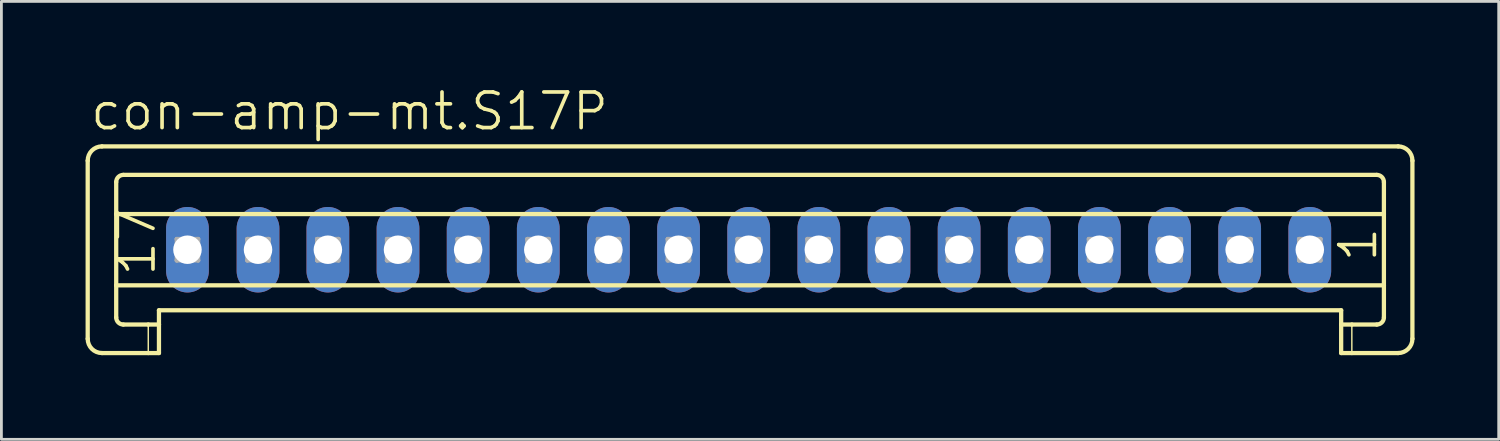
<source format=kicad_pcb>
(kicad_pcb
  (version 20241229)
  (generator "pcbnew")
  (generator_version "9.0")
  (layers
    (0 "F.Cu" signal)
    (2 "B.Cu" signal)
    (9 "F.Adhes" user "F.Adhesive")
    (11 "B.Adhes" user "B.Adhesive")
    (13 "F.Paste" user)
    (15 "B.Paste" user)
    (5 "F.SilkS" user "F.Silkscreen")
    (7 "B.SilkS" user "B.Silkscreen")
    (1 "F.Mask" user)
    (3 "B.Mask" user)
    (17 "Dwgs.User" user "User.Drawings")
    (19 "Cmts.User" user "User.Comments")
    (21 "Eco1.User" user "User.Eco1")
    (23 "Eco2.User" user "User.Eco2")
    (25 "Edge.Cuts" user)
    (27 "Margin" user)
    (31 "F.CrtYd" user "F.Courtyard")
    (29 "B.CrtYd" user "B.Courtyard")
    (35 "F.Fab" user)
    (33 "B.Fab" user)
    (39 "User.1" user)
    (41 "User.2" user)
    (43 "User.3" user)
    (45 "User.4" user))
  (footprint "con-amp-mt.S17P"
    (layer "F.Cu")
    (at 23.637 5.851)
    (property "Reference" "con-amp-mt.S17P" (at -23.536 -4.191 0) (layer "F.SilkS") (effects (font (size 1.27 1.27) (thickness 0.13)) (justify left bottom)))
    (attr through_hole)
    (fp_line (start -23.561 -3.175) (end -23.561 3.175) (stroke (width 0.152) (type default)) (layer "F.SilkS"))
    (fp_line (start -23.053 -3.683) (end 23.15 -3.683) (stroke (width 0.152) (type default)) (layer "F.SilkS"))
    (fp_line (start -22.545 -1.27) (end -22.545 -2.413) (stroke (width 0.152) (type default)) (layer "F.SilkS"))
    (fp_line (start -22.545 -1.27) (end 22.642 -1.27) (stroke (width 0.152) (type default)) (layer "F.SilkS"))
    (fp_line (start -22.545 1.27) (end -22.545 -1.27) (stroke (width 0.152) (type default)) (layer "F.SilkS"))
    (fp_line (start -22.545 1.27) (end 22.642 1.27) (stroke (width 0.152) (type default)) (layer "F.SilkS"))
    (fp_line (start -22.545 2.413) (end -22.545 1.27) (stroke (width 0.152) (type default)) (layer "F.SilkS"))
    (fp_line (start -22.291 -2.667) (end 22.388 -2.667) (stroke (width 0.152) (type default)) (layer "F.SilkS"))
    (fp_line (start -22.291 2.667) (end -21.402 2.667) (stroke (width 0.152) (type default)) (layer "F.SilkS"))
    (fp_line (start -21.402 2.667) (end -21.402 3.683) (stroke (width 0.051) (type default)) (layer "F.SilkS"))
    (fp_line (start -21.402 2.667) (end -21.021 2.667) (stroke (width 0.152) (type default)) (layer "F.SilkS"))
    (fp_line (start -21.402 3.683) (end -23.053 3.683) (stroke (width 0.152) (type default)) (layer "F.SilkS"))
    (fp_line (start -21.021 2.159) (end 21.118 2.159) (stroke (width 0.152) (type default)) (layer "F.SilkS"))
    (fp_line (start -21.021 2.667) (end -21.021 2.159) (stroke (width 0.152) (type default)) (layer "F.SilkS"))
    (fp_line (start -21.021 2.667) (end -21.021 3.683) (stroke (width 0.152) (type default)) (layer "F.SilkS"))
    (fp_line (start -21.021 3.683) (end -21.402 3.683) (stroke (width 0.152) (type default)) (layer "F.SilkS"))
    (fp_line (start 21.118 2.667) (end 21.118 2.159) (stroke (width 0.152) (type default)) (layer "F.SilkS"))
    (fp_line (start 21.118 2.667) (end 21.499 2.667) (stroke (width 0.152) (type default)) (layer "F.SilkS"))
    (fp_line (start 21.118 3.683) (end 21.118 2.667) (stroke (width 0.152) (type default)) (layer "F.SilkS"))
    (fp_line (start 21.499 2.667) (end 21.499 3.683) (stroke (width 0.051) (type default)) (layer "F.SilkS"))
    (fp_line (start 21.499 2.667) (end 22.388 2.667) (stroke (width 0.152) (type default)) (layer "F.SilkS"))
    (fp_line (start 21.499 3.683) (end 21.118 3.683) (stroke (width 0.152) (type default)) (layer "F.SilkS"))
    (fp_line (start 22.642 -1.27) (end 22.642 -2.413) (stroke (width 0.152) (type default)) (layer "F.SilkS"))
    (fp_line (start 22.642 1.27) (end 22.642 -1.27) (stroke (width 0.152) (type default)) (layer "F.SilkS"))
    (fp_line (start 22.642 2.413) (end 22.642 1.27) (stroke (width 0.152) (type default)) (layer "F.SilkS"))
    (fp_line (start 23.15 3.683) (end 21.499 3.683) (stroke (width 0.152) (type default)) (layer "F.SilkS"))
    (fp_line (start 23.658 -3.175) (end 23.658 3.175) (stroke (width 0.152) (type default)) (layer "F.SilkS"))
    (fp_arc (start -23.561 -3.175) (mid -23.41221 -3.53421) (end -23.053 -3.683) (stroke (width 0.1524) (type default)) (layer "F.SilkS"))
    (fp_arc (start -23.053 3.683) (mid -23.41221 3.53421) (end -23.561 3.175) (stroke (width 0.1524) (type default)) (layer "F.SilkS"))
    (fp_arc (start -22.545 -2.413) (mid -22.470605 -2.592605) (end -22.291 -2.667) (stroke (width 0.1524) (type default)) (layer "F.SilkS"))
    (fp_arc (start -22.291 2.667) (mid -22.470605 2.592605) (end -22.545 2.413) (stroke (width 0.1524) (type default)) (layer "F.SilkS"))
    (fp_arc (start 22.388 -2.667) (mid 22.567605 -2.592605) (end 22.642 -2.413) (stroke (width 0.1524) (type default)) (layer "F.SilkS"))
    (fp_arc (start 22.642 2.413) (mid 22.567605 2.592605) (end 22.388 2.667) (stroke (width 0.1524) (type default)) (layer "F.SilkS"))
    (fp_arc (start 23.15 -3.683) (mid 23.50921 -3.53421) (end 23.658 -3.175) (stroke (width 0.1524) (type default)) (layer "F.SilkS"))
    (fp_arc (start 23.658 3.175) (mid 23.50921 3.53421) (end 23.15 3.683) (stroke (width 0.1524) (type default)) (layer "F.SilkS"))
    (fp_line (start -20.386 -0.381) (end -20.386 0.381) (stroke (width 0.152) (type default)) (layer "F.Fab"))
    (fp_line (start -20.386 -0.381) (end -19.624 0.381) (stroke (width 0.152) (type default)) (layer "F.Fab"))
    (fp_line (start -20.386 0.381) (end -19.624 0.381) (stroke (width 0.152) (type default)) (layer "F.Fab"))
    (fp_line (start -19.624 -0.381) (end -20.386 -0.381) (stroke (width 0.152) (type default)) (layer "F.Fab"))
    (fp_line (start -19.624 -0.381) (end -20.386 0.381) (stroke (width 0.152) (type default)) (layer "F.Fab"))
    (fp_line (start -19.624 0.381) (end -19.624 -0.381) (stroke (width 0.152) (type default)) (layer "F.Fab"))
    (fp_line (start -17.871 -0.381) (end -17.871 0.381) (stroke (width 0.152) (type default)) (layer "F.Fab"))
    (fp_line (start -17.871 -0.381) (end -17.109 0.381) (stroke (width 0.152) (type default)) (layer "F.Fab"))
    (fp_line (start -17.871 0.381) (end -17.109 0.381) (stroke (width 0.152) (type default)) (layer "F.Fab"))
    (fp_line (start -17.109 -0.381) (end -17.871 -0.381) (stroke (width 0.152) (type default)) (layer "F.Fab"))
    (fp_line (start -17.109 -0.381) (end -17.871 0.381) (stroke (width 0.152) (type default)) (layer "F.Fab"))
    (fp_line (start -17.109 0.381) (end -17.109 -0.381) (stroke (width 0.152) (type default)) (layer "F.Fab"))
    (fp_line (start -15.382 -0.381) (end -15.382 0.381) (stroke (width 0.152) (type default)) (layer "F.Fab"))
    (fp_line (start -15.382 -0.381) (end -14.62 0.381) (stroke (width 0.152) (type default)) (layer "F.Fab"))
    (fp_line (start -15.382 0.381) (end -14.62 0.381) (stroke (width 0.152) (type default)) (layer "F.Fab"))
    (fp_line (start -14.62 -0.381) (end -15.382 -0.381) (stroke (width 0.152) (type default)) (layer "F.Fab"))
    (fp_line (start -14.62 -0.381) (end -15.382 0.381) (stroke (width 0.152) (type default)) (layer "F.Fab"))
    (fp_line (start -14.62 0.381) (end -14.62 -0.381) (stroke (width 0.152) (type default)) (layer "F.Fab"))
    (fp_line (start -12.893 -0.381) (end -12.893 0.381) (stroke (width 0.152) (type default)) (layer "F.Fab"))
    (fp_line (start -12.893 -0.381) (end -12.131 0.381) (stroke (width 0.152) (type default)) (layer "F.Fab"))
    (fp_line (start -12.893 0.381) (end -12.131 0.381) (stroke (width 0.152) (type default)) (layer "F.Fab"))
    (fp_line (start -12.131 -0.381) (end -12.893 -0.381) (stroke (width 0.152) (type default)) (layer "F.Fab"))
    (fp_line (start -12.131 -0.381) (end -12.893 0.381) (stroke (width 0.152) (type default)) (layer "F.Fab"))
    (fp_line (start -12.131 0.381) (end -12.131 -0.381) (stroke (width 0.152) (type default)) (layer "F.Fab"))
    (fp_line (start -10.378 -0.381) (end -10.378 0.381) (stroke (width 0.152) (type default)) (layer "F.Fab"))
    (fp_line (start -10.378 -0.381) (end -9.616 0.381) (stroke (width 0.152) (type default)) (layer "F.Fab"))
    (fp_line (start -10.378 0.381) (end -9.616 0.381) (stroke (width 0.152) (type default)) (layer "F.Fab"))
    (fp_line (start -9.616 -0.381) (end -10.378 -0.381) (stroke (width 0.152) (type default)) (layer "F.Fab"))
    (fp_line (start -9.616 -0.381) (end -10.378 0.381) (stroke (width 0.152) (type default)) (layer "F.Fab"))
    (fp_line (start -9.616 0.381) (end -9.616 -0.381) (stroke (width 0.152) (type default)) (layer "F.Fab"))
    (fp_line (start -7.889 -0.381) (end -7.889 0.381) (stroke (width 0.152) (type default)) (layer "F.Fab"))
    (fp_line (start -7.889 -0.381) (end -7.127 0.381) (stroke (width 0.152) (type default)) (layer "F.Fab"))
    (fp_line (start -7.889 0.381) (end -7.127 0.381) (stroke (width 0.152) (type default)) (layer "F.Fab"))
    (fp_line (start -7.127 -0.381) (end -7.889 -0.381) (stroke (width 0.152) (type default)) (layer "F.Fab"))
    (fp_line (start -7.127 -0.381) (end -7.889 0.381) (stroke (width 0.152) (type default)) (layer "F.Fab"))
    (fp_line (start -7.127 0.381) (end -7.127 -0.381) (stroke (width 0.152) (type default)) (layer "F.Fab"))
    (fp_line (start -5.375 -0.381) (end -5.375 0.381) (stroke (width 0.152) (type default)) (layer "F.Fab"))
    (fp_line (start -5.375 -0.381) (end -4.613 0.381) (stroke (width 0.152) (type default)) (layer "F.Fab"))
    (fp_line (start -5.375 0.381) (end -4.613 0.381) (stroke (width 0.152) (type default)) (layer "F.Fab"))
    (fp_line (start -4.613 -0.381) (end -5.375 -0.381) (stroke (width 0.152) (type default)) (layer "F.Fab"))
    (fp_line (start -4.613 -0.381) (end -5.375 0.381) (stroke (width 0.152) (type default)) (layer "F.Fab"))
    (fp_line (start -4.613 0.381) (end -4.613 -0.381) (stroke (width 0.152) (type default)) (layer "F.Fab"))
    (fp_line (start -2.885 -0.381) (end -2.885 0.381) (stroke (width 0.152) (type default)) (layer "F.Fab"))
    (fp_line (start -2.885 -0.381) (end -2.123 0.381) (stroke (width 0.152) (type default)) (layer "F.Fab"))
    (fp_line (start -2.885 0.381) (end -2.123 0.381) (stroke (width 0.152) (type default)) (layer "F.Fab"))
    (fp_line (start -2.123 -0.381) (end -2.885 -0.381) (stroke (width 0.152) (type default)) (layer "F.Fab"))
    (fp_line (start -2.123 -0.381) (end -2.885 0.381) (stroke (width 0.152) (type default)) (layer "F.Fab"))
    (fp_line (start -2.123 0.381) (end -2.123 -0.381) (stroke (width 0.152) (type default)) (layer "F.Fab"))
    (fp_line (start -0.396 -0.381) (end -0.396 0.381) (stroke (width 0.152) (type default)) (layer "F.Fab"))
    (fp_line (start -0.396 -0.381) (end 0.366 0.381) (stroke (width 0.152) (type default)) (layer "F.Fab"))
    (fp_line (start -0.396 0.381) (end 0.366 0.381) (stroke (width 0.152) (type default)) (layer "F.Fab"))
    (fp_line (start 0.366 -0.381) (end -0.396 -0.381) (stroke (width 0.152) (type default)) (layer "F.Fab"))
    (fp_line (start 0.366 -0.381) (end -0.396 0.381) (stroke (width 0.152) (type default)) (layer "F.Fab"))
    (fp_line (start 0.366 0.381) (end 0.366 -0.381) (stroke (width 0.152) (type default)) (layer "F.Fab"))
    (fp_line (start 2.093 -0.381) (end 2.093 0.381) (stroke (width 0.152) (type default)) (layer "F.Fab"))
    (fp_line (start 2.093 -0.381) (end 2.855 0.381) (stroke (width 0.152) (type default)) (layer "F.Fab"))
    (fp_line (start 2.093 0.381) (end 2.855 0.381) (stroke (width 0.152) (type default)) (layer "F.Fab"))
    (fp_line (start 2.855 -0.381) (end 2.093 -0.381) (stroke (width 0.152) (type default)) (layer "F.Fab"))
    (fp_line (start 2.855 -0.381) (end 2.093 0.381) (stroke (width 0.152) (type default)) (layer "F.Fab"))
    (fp_line (start 2.855 0.381) (end 2.855 -0.381) (stroke (width 0.152) (type default)) (layer "F.Fab"))
    (fp_line (start 4.608 -0.381) (end 4.608 0.381) (stroke (width 0.152) (type default)) (layer "F.Fab"))
    (fp_line (start 4.608 -0.381) (end 5.37 0.381) (stroke (width 0.152) (type default)) (layer "F.Fab"))
    (fp_line (start 4.608 0.381) (end 5.37 0.381) (stroke (width 0.152) (type default)) (layer "F.Fab"))
    (fp_line (start 5.37 -0.381) (end 4.608 -0.381) (stroke (width 0.152) (type default)) (layer "F.Fab"))
    (fp_line (start 5.37 -0.381) (end 4.608 0.381) (stroke (width 0.152) (type default)) (layer "F.Fab"))
    (fp_line (start 5.37 0.381) (end 5.37 -0.381) (stroke (width 0.152) (type default)) (layer "F.Fab"))
    (fp_line (start 7.097 -0.381) (end 7.097 0.381) (stroke (width 0.152) (type default)) (layer "F.Fab"))
    (fp_line (start 7.097 -0.381) (end 7.859 0.381) (stroke (width 0.152) (type default)) (layer "F.Fab"))
    (fp_line (start 7.097 0.381) (end 7.859 0.381) (stroke (width 0.152) (type default)) (layer "F.Fab"))
    (fp_line (start 7.859 -0.381) (end 7.097 -0.381) (stroke (width 0.152) (type default)) (layer "F.Fab"))
    (fp_line (start 7.859 -0.381) (end 7.097 0.381) (stroke (width 0.152) (type default)) (layer "F.Fab"))
    (fp_line (start 7.859 0.381) (end 7.859 -0.381) (stroke (width 0.152) (type default)) (layer "F.Fab"))
    (fp_line (start 9.637 -0.381) (end 9.637 0.381) (stroke (width 0.152) (type default)) (layer "F.Fab"))
    (fp_line (start 9.637 -0.381) (end 10.399 0.381) (stroke (width 0.152) (type default)) (layer "F.Fab"))
    (fp_line (start 9.637 0.381) (end 10.399 0.381) (stroke (width 0.152) (type default)) (layer "F.Fab"))
    (fp_line (start 10.399 -0.381) (end 9.637 -0.381) (stroke (width 0.152) (type default)) (layer "F.Fab"))
    (fp_line (start 10.399 -0.381) (end 9.637 0.381) (stroke (width 0.152) (type default)) (layer "F.Fab"))
    (fp_line (start 10.399 0.381) (end 10.399 -0.381) (stroke (width 0.152) (type default)) (layer "F.Fab"))
    (fp_line (start 12.126 -0.381) (end 12.126 0.381) (stroke (width 0.152) (type default)) (layer "F.Fab"))
    (fp_line (start 12.126 -0.381) (end 12.888 0.381) (stroke (width 0.152) (type default)) (layer "F.Fab"))
    (fp_line (start 12.126 0.381) (end 12.888 0.381) (stroke (width 0.152) (type default)) (layer "F.Fab"))
    (fp_line (start 12.888 -0.381) (end 12.126 -0.381) (stroke (width 0.152) (type default)) (layer "F.Fab"))
    (fp_line (start 12.888 -0.381) (end 12.126 0.381) (stroke (width 0.152) (type default)) (layer "F.Fab"))
    (fp_line (start 12.888 0.381) (end 12.888 -0.381) (stroke (width 0.152) (type default)) (layer "F.Fab"))
    (fp_line (start 14.641 -0.381) (end 14.641 0.381) (stroke (width 0.152) (type default)) (layer "F.Fab"))
    (fp_line (start 14.641 -0.381) (end 15.403 0.381) (stroke (width 0.152) (type default)) (layer "F.Fab"))
    (fp_line (start 14.641 0.381) (end 15.403 0.381) (stroke (width 0.152) (type default)) (layer "F.Fab"))
    (fp_line (start 15.403 -0.381) (end 14.641 -0.381) (stroke (width 0.152) (type default)) (layer "F.Fab"))
    (fp_line (start 15.403 -0.381) (end 14.641 0.381) (stroke (width 0.152) (type default)) (layer "F.Fab"))
    (fp_line (start 15.403 0.381) (end 15.403 -0.381) (stroke (width 0.152) (type default)) (layer "F.Fab"))
    (fp_line (start 17.13 -0.381) (end 17.13 0.381) (stroke (width 0.152) (type default)) (layer "F.Fab"))
    (fp_line (start 17.13 -0.381) (end 17.892 0.381) (stroke (width 0.152) (type default)) (layer "F.Fab"))
    (fp_line (start 17.13 0.381) (end 17.892 0.381) (stroke (width 0.152) (type default)) (layer "F.Fab"))
    (fp_line (start 17.892 -0.381) (end 17.13 -0.381) (stroke (width 0.152) (type default)) (layer "F.Fab"))
    (fp_line (start 17.892 -0.381) (end 17.13 0.381) (stroke (width 0.152) (type default)) (layer "F.Fab"))
    (fp_line (start 17.892 0.381) (end 17.892 -0.381) (stroke (width 0.152) (type default)) (layer "F.Fab"))
    (fp_line (start 19.619 -0.381) (end 19.619 0.381) (stroke (width 0.152) (type default)) (layer "F.Fab"))
    (fp_line (start 19.619 -0.381) (end 20.381 0.381) (stroke (width 0.152) (type default)) (layer "F.Fab"))
    (fp_line (start 19.619 0.381) (end 20.381 0.381) (stroke (width 0.152) (type default)) (layer "F.Fab"))
    (fp_line (start 20.381 -0.381) (end 19.619 -0.381) (stroke (width 0.152) (type default)) (layer "F.Fab"))
    (fp_line (start 20.381 -0.381) (end 19.619 0.381) (stroke (width 0.152) (type default)) (layer "F.Fab"))
    (fp_line (start 20.381 0.381) (end 20.381 -0.381) (stroke (width 0.152) (type default)) (layer "F.Fab"))
    (fp_text user "1" (at 22.464 0.508 90) (layer "F.SilkS") (effects (font (size 1.27 1.27) (thickness 0.13)) (justify left bottom)))
    (fp_text user "17" (at -21.072 1.016 90) (layer "F.SilkS") (effects (font (size 1.27 1.27) (thickness 0.13)) (justify left bottom)))
    (pad "1" thru_hole oval (at 20 0 90) (size 3.048 1.524) (drill 1.016) (layers "*.Cu" "*.Mask"))
    (pad "2" thru_hole oval (at 17.5 0 90) (size 3.048 1.524) (drill 1.016) (layers "*.Cu" "*.Mask"))
    (pad "3" thru_hole oval (at 15 0 90) (size 3.048 1.524) (drill 1.016) (layers "*.Cu" "*.Mask"))
    (pad "4" thru_hole oval (at 12.5 0 90) (size 3.048 1.524) (drill 1.016) (layers "*.Cu" "*.Mask"))
    (pad "5" thru_hole oval (at 10 0 90) (size 3.048 1.524) (drill 1.016) (layers "*.Cu" "*.Mask"))
    (pad "6" thru_hole oval (at 7.5 0 90) (size 3.048 1.524) (drill 1.016) (layers "*.Cu" "*.Mask"))
    (pad "7" thru_hole oval (at 5 0 90) (size 3.048 1.524) (drill 1.016) (layers "*.Cu" "*.Mask"))
    (pad "8" thru_hole oval (at 2.5 0 90) (size 3.048 1.524) (drill 1.016) (layers "*.Cu" "*.Mask"))
    (pad "9" thru_hole oval (at 0 0 90) (size 3.048 1.524) (drill 1.016) (layers "*.Cu" "*.Mask"))
    (pad "10" thru_hole oval (at -2.5 0 90) (size 3.048 1.524) (drill 1.016) (layers "*.Cu" "*.Mask"))
    (pad "11" thru_hole oval (at -5 0 90) (size 3.048 1.524) (drill 1.016) (layers "*.Cu" "*.Mask"))
    (pad "12" thru_hole oval (at -7.5 0 90) (size 3.048 1.524) (drill 1.016) (layers "*.Cu" "*.Mask"))
    (pad "13" thru_hole oval (at -10 0 90) (size 3.048 1.524) (drill 1.016) (layers "*.Cu" "*.Mask"))
    (pad "14" thru_hole oval (at -12.5 0 90) (size 3.048 1.524) (drill 1.016) (layers "*.Cu" "*.Mask"))
    (pad "15" thru_hole oval (at -15 0 90) (size 3.048 1.524) (drill 1.016) (layers "*.Cu" "*.Mask"))
    (pad "16" thru_hole oval (at -17.49 0 90) (size 3.048 1.524) (drill 1.016) (layers "*.Cu" "*.Mask"))
    (pad "17" thru_hole oval (at -20.005 0 90) (size 3.048 1.524) (drill 1.016) (layers "*.Cu" "*.Mask")))
  (gr_rect
    (start -3 -3)
    (end 50.371 12.61)
    (stroke (width 0.1) (type default))
    (fill no)
    (layer "Edge.Cuts")))
</source>
